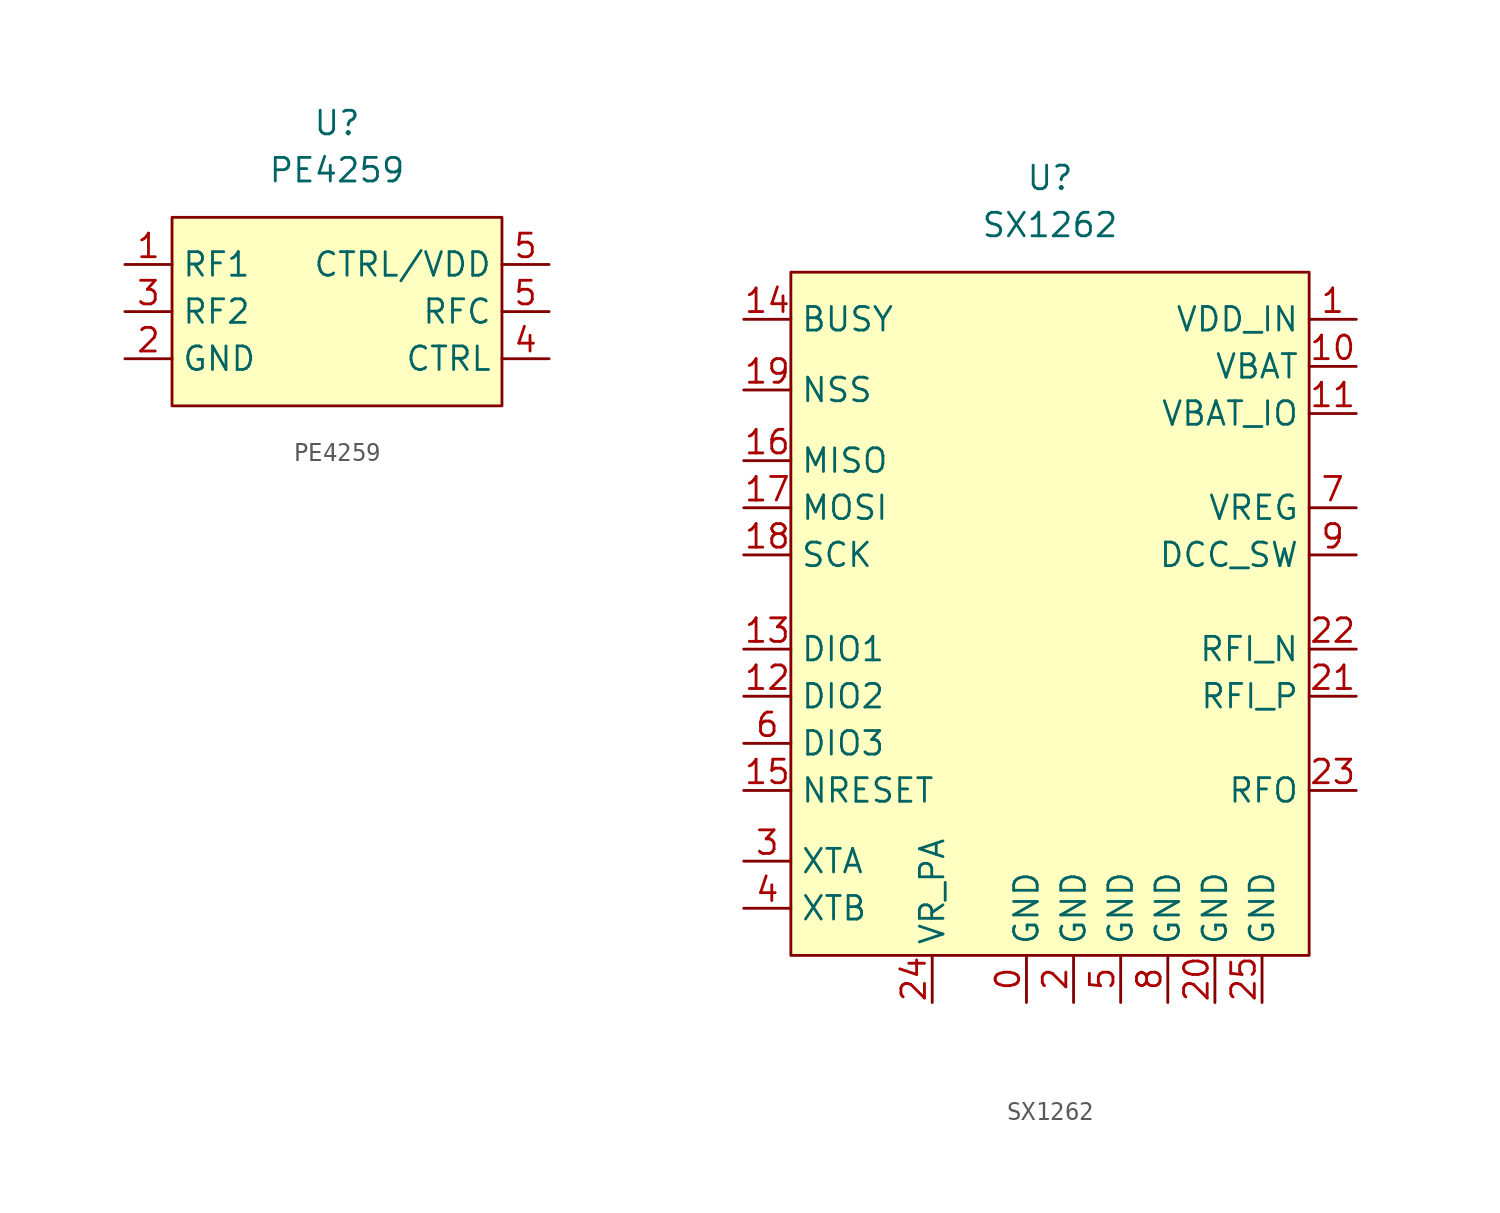
<source format=kicad_sym>
(kicad_symbol_lib
  (version 20211014)
  (generator kicad_symbol_editor)
  (symbol "PE4259"
    (property "Reference" "U"
      (at 0 5.08 0)
      (effects (font (size 1.27 1.27))))
    (property "Value" "PE4259"
      (at 0 2.54 0)
      (effects (font (size 1.27 1.27))))
    (symbol "PE4259_0_1"
      (rectangle (start -8.89 0) (end 8.89 -10.16) (stroke (width 0) (type default) (color 0 0 0 0)) (fill (type background))))
    (symbol "PE4259_1_1"
      (pin input line (at -11.43 -2.54 0) (length 2.54) (name "RF1" (effects (font (size 1.27 1.27)))) (number "1" (effects (font (size 1.27 1.27)))))
      (pin bidirectional line (at -11.43 -7.62 0) (length 2.54) (name "GND" (effects (font (size 1.27 1.27)))) (number "2" (effects (font (size 1.27 1.27)))))
      (pin input line (at -11.43 -5.08 0) (length 2.54) (name "RF2" (effects (font (size 1.27 1.27)))) (number "3" (effects (font (size 1.27 1.27)))))
      (pin input line (at 11.43 -7.62 180) (length 2.54) (name "CTRL" (effects (font (size 1.27 1.27)))) (number "4" (effects (font (size 1.27 1.27)))))
      (pin input line (at 11.43 -2.54 180) (length 2.54) (name "CTRL/VDD" (effects (font (size 1.27 1.27)))) (number "5" (effects (font (size 1.27 1.27)))))
      (pin input line (at 11.43 -5.08 180) (length 2.54) (name "RFC" (effects (font (size 1.27 1.27)))) (number "5" (effects (font (size 1.27 1.27)))))))
  (symbol "SX1262"
    (property "Reference" "U"
      (at 0 5.08 0)
      (effects (font (size 1.27 1.27))))
    (property "Value" "SX1262"
      (at 0 2.54 0)
      (effects (font (size 1.27 1.27))))
    (symbol "SX1262_0_1"
      (rectangle (start -13.97 0) (end 13.97 -36.83) (stroke (width 0) (type default) (color 0 0 0 0)) (fill (type background))))
    (symbol "SX1262_1_1"
      (pin passive line (at -1.27 -39.37 90) (length 2.54) (name "GND" (effects (font (size 1.27 1.27)))) (number "0" (effects (font (size 1.27 1.27)))))
      (pin passive line (at 16.51 -2.54 180) (length 2.54) (name "VDD_IN" (effects (font (size 1.27 1.27)))) (number "1" (effects (font (size 1.27 1.27)))))
      (pin input line (at 16.51 -5.08 180) (length 2.54) (name "VBAT" (effects (font (size 1.27 1.27)))) (number "10" (effects (font (size 1.27 1.27)))))
      (pin input line (at 16.51 -7.62 180) (length 2.54) (name "VBAT_IO" (effects (font (size 1.27 1.27)))) (number "11" (effects (font (size 1.27 1.27)))))
      (pin bidirectional line (at -16.51 -22.86 0) (length 2.54) (name "DIO2" (effects (font (size 1.27 1.27)))) (number "12" (effects (font (size 1.27 1.27)))))
      (pin bidirectional line (at -16.51 -20.32 0) (length 2.54) (name "DIO1" (effects (font (size 1.27 1.27)))) (number "13" (effects (font (size 1.27 1.27)))))
      (pin output line (at -16.51 -2.54 0) (length 2.54) (name "BUSY" (effects (font (size 1.27 1.27)))) (number "14" (effects (font (size 1.27 1.27)))))
      (pin input line (at -16.51 -27.94 0) (length 2.54) (name "NRESET" (effects (font (size 1.27 1.27)))) (number "15" (effects (font (size 1.27 1.27)))))
      (pin output line (at -16.51 -10.16 0) (length 2.54) (name "MISO" (effects (font (size 1.27 1.27)))) (number "16" (effects (font (size 1.27 1.27)))))
      (pin input line (at -16.51 -12.7 0) (length 2.54) (name "MOSI" (effects (font (size 1.27 1.27)))) (number "17" (effects (font (size 1.27 1.27)))))
      (pin input line (at -16.51 -15.24 0) (length 2.54) (name "SCK" (effects (font (size 1.27 1.27)))) (number "18" (effects (font (size 1.27 1.27)))))
      (pin input line (at -16.51 -6.35 0) (length 2.54) (name "NSS" (effects (font (size 1.27 1.27)))) (number "19" (effects (font (size 1.27 1.27)))))
      (pin passive line (at 1.27 -39.37 90) (length 2.54) (name "GND" (effects (font (size 1.27 1.27)))) (number "2" (effects (font (size 1.27 1.27)))))
      (pin passive line (at 8.89 -39.37 90) (length 2.54) (name "GND" (effects (font (size 1.27 1.27)))) (number "20" (effects (font (size 1.27 1.27)))))
      (pin input line (at 16.51 -22.86 180) (length 2.54) (name "RFI_P" (effects (font (size 1.27 1.27)))) (number "21" (effects (font (size 1.27 1.27)))))
      (pin input line (at 16.51 -20.32 180) (length 2.54) (name "RFI_N" (effects (font (size 1.27 1.27)))) (number "22" (effects (font (size 1.27 1.27)))))
      (pin output line (at 16.51 -27.94 180) (length 2.54) (name "RFO" (effects (font (size 1.27 1.27)))) (number "23" (effects (font (size 1.27 1.27)))))
      (pin passive line (at -6.35 -39.37 90) (length 2.54) (name "VR_PA" (effects (font (size 1.27 1.27)))) (number "24" (effects (font (size 1.27 1.27)))))
      (pin passive line (at 11.43 -39.37 90) (length 2.54) (name "GND" (effects (font (size 1.27 1.27)))) (number "25" (effects (font (size 1.27 1.27)))))
      (pin passive line (at -16.51 -31.75 0) (length 2.54) (name "XTA" (effects (font (size 1.27 1.27)))) (number "3" (effects (font (size 1.27 1.27)))))
      (pin passive line (at -16.51 -34.29 0) (length 2.54) (name "XTB" (effects (font (size 1.27 1.27)))) (number "4" (effects (font (size 1.27 1.27)))))
      (pin passive line (at 3.81 -39.37 90) (length 2.54) (name "GND" (effects (font (size 1.27 1.27)))) (number "5" (effects (font (size 1.27 1.27)))))
      (pin bidirectional line (at -16.51 -25.4 0) (length 2.54) (name "DIO3" (effects (font (size 1.27 1.27)))) (number "6" (effects (font (size 1.27 1.27)))))
      (pin passive line (at 16.51 -12.7 180) (length 2.54) (name "VREG" (effects (font (size 1.27 1.27)))) (number "7" (effects (font (size 1.27 1.27)))))
      (pin passive line (at 6.35 -39.37 90) (length 2.54) (name "GND" (effects (font (size 1.27 1.27)))) (number "8" (effects (font (size 1.27 1.27)))))
      (pin output line (at 16.51 -15.24 180) (length 2.54) (name "DCC_SW" (effects (font (size 1.27 1.27)))) (number "9" (effects (font (size 1.27 1.27))))))))
</source>
